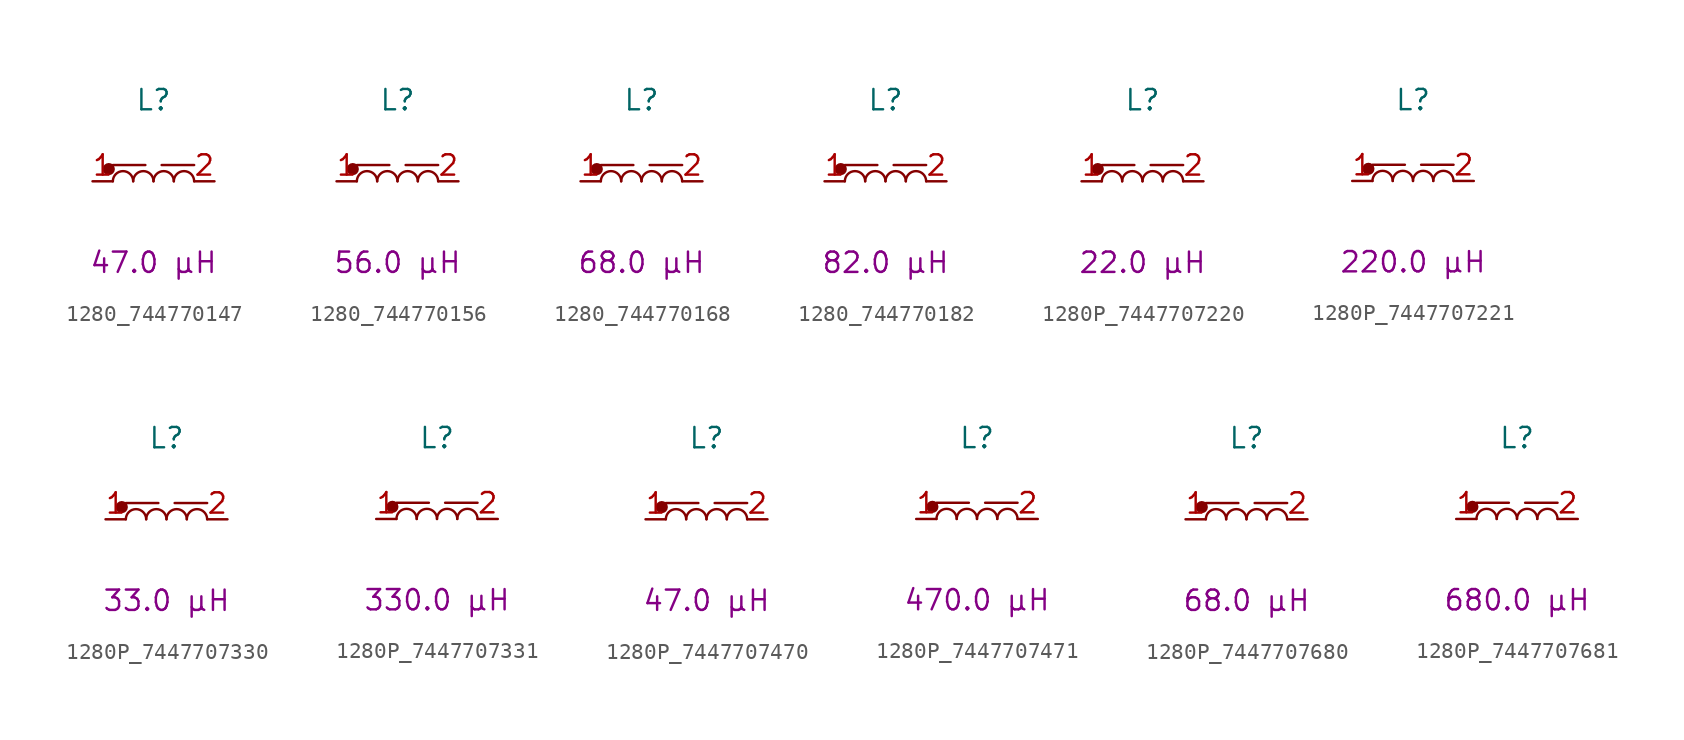
<source format=kicad_sym>
(kicad_symbol_lib
  (version 20220914)
  (generator kicad_symbol_editor)
  (symbol "1280_744770147"
    (pin_names hide)
    (property "Reference" "L"
      (at 0 5.08 0)
      (effects (font (size 1.27 1.27))))
    (property "Critical Parameter" "47.0 µH"
      (at 0 -5.08 0)
      (effects (font (size 1.27 1.27))))
    (symbol "1280_744770147_0_1"
      (arc (start -1.27 0) (mid -1.905 0.6323) (end -2.54 0) (stroke (width 0) (type default)) (fill (type none)))
      (arc (start 0 0) (mid -0.635 0.6323) (end -1.27 0) (stroke (width 0) (type default)) (fill (type none)))
      (polyline (pts (xy -2.54 1.016) (xy -0.508 1.016)) (stroke (width 0) (type default)) (fill (type none)))
      (arc (start 1.27 0) (mid 0.635 0.6323) (end 0 0) (stroke (width 0) (type default)) (fill (type none)))
      (arc (start 2.54 0) (mid 1.905 0.6323) (end 1.27 0) (stroke (width 0) (type default)) (fill (type none))))
    (symbol "1280_744770147_1_1"
      (circle (center -2.794 0.762) (radius 0.0001) (stroke (width 0.381) (type default)) (fill (type none)))
      (polyline (pts (xy 2.54 1.016) (xy 0.508 1.016)) (stroke (width 0) (type default)) (fill (type none)))
      (pin passive line (at -3.81 0 0) (length 1.27) (name "1" (effects (font (size 1.27 1.27)))) (number "1" (effects (font (size 1.27 1.27)))))
      (pin passive line (at 3.81 0 180) (length 1.27) (name "2" (effects (font (size 1.27 1.27)))) (number "2" (effects (font (size 1.27 1.27)))))))
  (symbol "1280_744770156"
    (pin_names hide)
    (property "Reference" "L"
      (at 0 5.08 0)
      (effects (font (size 1.27 1.27))))
    (property "Critical Parameter" "56.0 µH"
      (at 0 -5.08 0)
      (effects (font (size 1.27 1.27))))
    (symbol "1280_744770156_0_1"
      (arc (start -1.27 0) (mid -1.905 0.6323) (end -2.54 0) (stroke (width 0) (type default)) (fill (type none)))
      (arc (start 0 0) (mid -0.635 0.6323) (end -1.27 0) (stroke (width 0) (type default)) (fill (type none)))
      (polyline (pts (xy -2.54 1.016) (xy -0.508 1.016)) (stroke (width 0) (type default)) (fill (type none)))
      (arc (start 1.27 0) (mid 0.635 0.6323) (end 0 0) (stroke (width 0) (type default)) (fill (type none)))
      (arc (start 2.54 0) (mid 1.905 0.6323) (end 1.27 0) (stroke (width 0) (type default)) (fill (type none))))
    (symbol "1280_744770156_1_1"
      (circle (center -2.794 0.762) (radius 0.0001) (stroke (width 0.381) (type default)) (fill (type none)))
      (polyline (pts (xy 2.54 1.016) (xy 0.508 1.016)) (stroke (width 0) (type default)) (fill (type none)))
      (pin passive line (at -3.81 0 0) (length 1.27) (name "1" (effects (font (size 1.27 1.27)))) (number "1" (effects (font (size 1.27 1.27)))))
      (pin passive line (at 3.81 0 180) (length 1.27) (name "2" (effects (font (size 1.27 1.27)))) (number "2" (effects (font (size 1.27 1.27)))))))
  (symbol "1280_744770168"
    (pin_names hide)
    (property "Reference" "L"
      (at 0 5.08 0)
      (effects (font (size 1.27 1.27))))
    (property "Critical Parameter" "68.0 µH"
      (at 0 -5.08 0)
      (effects (font (size 1.27 1.27))))
    (symbol "1280_744770168_0_1"
      (arc (start -1.27 0) (mid -1.905 0.6323) (end -2.54 0) (stroke (width 0) (type default)) (fill (type none)))
      (arc (start 0 0) (mid -0.635 0.6323) (end -1.27 0) (stroke (width 0) (type default)) (fill (type none)))
      (polyline (pts (xy -2.54 1.016) (xy -0.508 1.016)) (stroke (width 0) (type default)) (fill (type none)))
      (arc (start 1.27 0) (mid 0.635 0.6323) (end 0 0) (stroke (width 0) (type default)) (fill (type none)))
      (arc (start 2.54 0) (mid 1.905 0.6323) (end 1.27 0) (stroke (width 0) (type default)) (fill (type none))))
    (symbol "1280_744770168_1_1"
      (circle (center -2.794 0.762) (radius 0.0001) (stroke (width 0.381) (type default)) (fill (type none)))
      (polyline (pts (xy 2.54 1.016) (xy 0.508 1.016)) (stroke (width 0) (type default)) (fill (type none)))
      (pin passive line (at -3.81 0 0) (length 1.27) (name "1" (effects (font (size 1.27 1.27)))) (number "1" (effects (font (size 1.27 1.27)))))
      (pin passive line (at 3.81 0 180) (length 1.27) (name "2" (effects (font (size 1.27 1.27)))) (number "2" (effects (font (size 1.27 1.27)))))))
  (symbol "1280_744770182"
    (pin_names hide)
    (property "Reference" "L"
      (at 0 5.08 0)
      (effects (font (size 1.27 1.27))))
    (property "Critical Parameter" "82.0 µH"
      (at 0 -5.08 0)
      (effects (font (size 1.27 1.27))))
    (symbol "1280_744770182_0_1"
      (arc (start -1.27 0) (mid -1.905 0.6323) (end -2.54 0) (stroke (width 0) (type default)) (fill (type none)))
      (arc (start 0 0) (mid -0.635 0.6323) (end -1.27 0) (stroke (width 0) (type default)) (fill (type none)))
      (polyline (pts (xy -2.54 1.016) (xy -0.508 1.016)) (stroke (width 0) (type default)) (fill (type none)))
      (arc (start 1.27 0) (mid 0.635 0.6323) (end 0 0) (stroke (width 0) (type default)) (fill (type none)))
      (arc (start 2.54 0) (mid 1.905 0.6323) (end 1.27 0) (stroke (width 0) (type default)) (fill (type none))))
    (symbol "1280_744770182_1_1"
      (circle (center -2.794 0.762) (radius 0.0001) (stroke (width 0.381) (type default)) (fill (type none)))
      (polyline (pts (xy 2.54 1.016) (xy 0.508 1.016)) (stroke (width 0) (type default)) (fill (type none)))
      (pin passive line (at -3.81 0 0) (length 1.27) (name "1" (effects (font (size 1.27 1.27)))) (number "1" (effects (font (size 1.27 1.27)))))
      (pin passive line (at 3.81 0 180) (length 1.27) (name "2" (effects (font (size 1.27 1.27)))) (number "2" (effects (font (size 1.27 1.27)))))))
  (symbol "1280P_7447707220"
    (pin_names hide)
    (property "Reference" "L"
      (at 0 5.08 0)
      (effects (font (size 1.27 1.27))))
    (property "Critical Parameter" "22.0 µH"
      (at 0 -5.08 0)
      (effects (font (size 1.27 1.27))))
    (symbol "1280P_7447707220_0_1"
      (arc (start -1.27 0) (mid -1.905 0.6323) (end -2.54 0) (stroke (width 0) (type default)) (fill (type none)))
      (arc (start 0 0) (mid -0.635 0.6323) (end -1.27 0) (stroke (width 0) (type default)) (fill (type none)))
      (polyline (pts (xy -2.54 1.016) (xy -0.508 1.016)) (stroke (width 0) (type default)) (fill (type none)))
      (arc (start 1.27 0) (mid 0.635 0.6323) (end 0 0) (stroke (width 0) (type default)) (fill (type none)))
      (arc (start 2.54 0) (mid 1.905 0.6323) (end 1.27 0) (stroke (width 0) (type default)) (fill (type none))))
    (symbol "1280P_7447707220_1_1"
      (circle (center -2.794 0.762) (radius 0.0001) (stroke (width 0.381) (type default)) (fill (type none)))
      (polyline (pts (xy 2.54 1.016) (xy 0.508 1.016)) (stroke (width 0) (type default)) (fill (type none)))
      (pin passive line (at -3.81 0 0) (length 1.27) (name "1" (effects (font (size 1.27 1.27)))) (number "1" (effects (font (size 1.27 1.27)))))
      (pin passive line (at 3.81 0 180) (length 1.27) (name "2" (effects (font (size 1.27 1.27)))) (number "2" (effects (font (size 1.27 1.27)))))))
  (symbol "1280P_7447707221"
    (pin_names hide)
    (property "Reference" "L"
      (at 0 5.08 0)
      (effects (font (size 1.27 1.27))))
    (property "Critical Parameter" "220.0 µH"
      (at 0 -5.08 0)
      (effects (font (size 1.27 1.27))))
    (symbol "1280P_7447707221_0_1"
      (arc (start -1.27 0) (mid -1.905 0.6323) (end -2.54 0) (stroke (width 0) (type default)) (fill (type none)))
      (arc (start 0 0) (mid -0.635 0.6323) (end -1.27 0) (stroke (width 0) (type default)) (fill (type none)))
      (polyline (pts (xy -2.54 1.016) (xy -0.508 1.016)) (stroke (width 0) (type default)) (fill (type none)))
      (arc (start 1.27 0) (mid 0.635 0.6323) (end 0 0) (stroke (width 0) (type default)) (fill (type none)))
      (arc (start 2.54 0) (mid 1.905 0.6323) (end 1.27 0) (stroke (width 0) (type default)) (fill (type none))))
    (symbol "1280P_7447707221_1_1"
      (circle (center -2.794 0.762) (radius 0.0001) (stroke (width 0.381) (type default)) (fill (type none)))
      (polyline (pts (xy 2.54 1.016) (xy 0.508 1.016)) (stroke (width 0) (type default)) (fill (type none)))
      (pin passive line (at -3.81 0 0) (length 1.27) (name "1" (effects (font (size 1.27 1.27)))) (number "1" (effects (font (size 1.27 1.27)))))
      (pin passive line (at 3.81 0 180) (length 1.27) (name "2" (effects (font (size 1.27 1.27)))) (number "2" (effects (font (size 1.27 1.27)))))))
  (symbol "1280P_7447707330"
    (pin_names hide)
    (property "Reference" "L"
      (at 0 5.08 0)
      (effects (font (size 1.27 1.27))))
    (property "Critical Parameter" "33.0 µH"
      (at 0 -5.08 0)
      (effects (font (size 1.27 1.27))))
    (symbol "1280P_7447707330_0_1"
      (arc (start -1.27 0) (mid -1.905 0.6323) (end -2.54 0) (stroke (width 0) (type default)) (fill (type none)))
      (arc (start 0 0) (mid -0.635 0.6323) (end -1.27 0) (stroke (width 0) (type default)) (fill (type none)))
      (polyline (pts (xy -2.54 1.016) (xy -0.508 1.016)) (stroke (width 0) (type default)) (fill (type none)))
      (arc (start 1.27 0) (mid 0.635 0.6323) (end 0 0) (stroke (width 0) (type default)) (fill (type none)))
      (arc (start 2.54 0) (mid 1.905 0.6323) (end 1.27 0) (stroke (width 0) (type default)) (fill (type none))))
    (symbol "1280P_7447707330_1_1"
      (circle (center -2.794 0.762) (radius 0.0001) (stroke (width 0.381) (type default)) (fill (type none)))
      (polyline (pts (xy 2.54 1.016) (xy 0.508 1.016)) (stroke (width 0) (type default)) (fill (type none)))
      (pin passive line (at -3.81 0 0) (length 1.27) (name "1" (effects (font (size 1.27 1.27)))) (number "1" (effects (font (size 1.27 1.27)))))
      (pin passive line (at 3.81 0 180) (length 1.27) (name "2" (effects (font (size 1.27 1.27)))) (number "2" (effects (font (size 1.27 1.27)))))))
  (symbol "1280P_7447707331"
    (pin_names hide)
    (property "Reference" "L"
      (at 0 5.08 0)
      (effects (font (size 1.27 1.27))))
    (property "Critical Parameter" "330.0 µH"
      (at 0 -5.08 0)
      (effects (font (size 1.27 1.27))))
    (symbol "1280P_7447707331_0_1"
      (arc (start -1.27 0) (mid -1.905 0.6323) (end -2.54 0) (stroke (width 0) (type default)) (fill (type none)))
      (arc (start 0 0) (mid -0.635 0.6323) (end -1.27 0) (stroke (width 0) (type default)) (fill (type none)))
      (polyline (pts (xy -2.54 1.016) (xy -0.508 1.016)) (stroke (width 0) (type default)) (fill (type none)))
      (arc (start 1.27 0) (mid 0.635 0.6323) (end 0 0) (stroke (width 0) (type default)) (fill (type none)))
      (arc (start 2.54 0) (mid 1.905 0.6323) (end 1.27 0) (stroke (width 0) (type default)) (fill (type none))))
    (symbol "1280P_7447707331_1_1"
      (circle (center -2.794 0.762) (radius 0.0001) (stroke (width 0.381) (type default)) (fill (type none)))
      (polyline (pts (xy 2.54 1.016) (xy 0.508 1.016)) (stroke (width 0) (type default)) (fill (type none)))
      (pin passive line (at -3.81 0 0) (length 1.27) (name "1" (effects (font (size 1.27 1.27)))) (number "1" (effects (font (size 1.27 1.27)))))
      (pin passive line (at 3.81 0 180) (length 1.27) (name "2" (effects (font (size 1.27 1.27)))) (number "2" (effects (font (size 1.27 1.27)))))))
  (symbol "1280P_7447707470"
    (pin_names hide)
    (property "Reference" "L"
      (at 0 5.08 0)
      (effects (font (size 1.27 1.27))))
    (property "Critical Parameter" "47.0 µH"
      (at 0 -5.08 0)
      (effects (font (size 1.27 1.27))))
    (symbol "1280P_7447707470_0_1"
      (arc (start -1.27 0) (mid -1.905 0.6323) (end -2.54 0) (stroke (width 0) (type default)) (fill (type none)))
      (arc (start 0 0) (mid -0.635 0.6323) (end -1.27 0) (stroke (width 0) (type default)) (fill (type none)))
      (polyline (pts (xy -2.54 1.016) (xy -0.508 1.016)) (stroke (width 0) (type default)) (fill (type none)))
      (arc (start 1.27 0) (mid 0.635 0.6323) (end 0 0) (stroke (width 0) (type default)) (fill (type none)))
      (arc (start 2.54 0) (mid 1.905 0.6323) (end 1.27 0) (stroke (width 0) (type default)) (fill (type none))))
    (symbol "1280P_7447707470_1_1"
      (circle (center -2.794 0.762) (radius 0.0001) (stroke (width 0.381) (type default)) (fill (type none)))
      (polyline (pts (xy 2.54 1.016) (xy 0.508 1.016)) (stroke (width 0) (type default)) (fill (type none)))
      (pin passive line (at -3.81 0 0) (length 1.27) (name "1" (effects (font (size 1.27 1.27)))) (number "1" (effects (font (size 1.27 1.27)))))
      (pin passive line (at 3.81 0 180) (length 1.27) (name "2" (effects (font (size 1.27 1.27)))) (number "2" (effects (font (size 1.27 1.27)))))))
  (symbol "1280P_7447707471"
    (pin_names hide)
    (property "Reference" "L"
      (at 0 5.08 0)
      (effects (font (size 1.27 1.27))))
    (property "Critical Parameter" "470.0 µH"
      (at 0 -5.08 0)
      (effects (font (size 1.27 1.27))))
    (symbol "1280P_7447707471_0_1"
      (arc (start -1.27 0) (mid -1.905 0.6323) (end -2.54 0) (stroke (width 0) (type default)) (fill (type none)))
      (arc (start 0 0) (mid -0.635 0.6323) (end -1.27 0) (stroke (width 0) (type default)) (fill (type none)))
      (polyline (pts (xy -2.54 1.016) (xy -0.508 1.016)) (stroke (width 0) (type default)) (fill (type none)))
      (arc (start 1.27 0) (mid 0.635 0.6323) (end 0 0) (stroke (width 0) (type default)) (fill (type none)))
      (arc (start 2.54 0) (mid 1.905 0.6323) (end 1.27 0) (stroke (width 0) (type default)) (fill (type none))))
    (symbol "1280P_7447707471_1_1"
      (circle (center -2.794 0.762) (radius 0.0001) (stroke (width 0.381) (type default)) (fill (type none)))
      (polyline (pts (xy 2.54 1.016) (xy 0.508 1.016)) (stroke (width 0) (type default)) (fill (type none)))
      (pin passive line (at -3.81 0 0) (length 1.27) (name "1" (effects (font (size 1.27 1.27)))) (number "1" (effects (font (size 1.27 1.27)))))
      (pin passive line (at 3.81 0 180) (length 1.27) (name "2" (effects (font (size 1.27 1.27)))) (number "2" (effects (font (size 1.27 1.27)))))))
  (symbol "1280P_7447707680"
    (pin_names hide)
    (property "Reference" "L"
      (at 0 5.08 0)
      (effects (font (size 1.27 1.27))))
    (property "Critical Parameter" "68.0 µH"
      (at 0 -5.08 0)
      (effects (font (size 1.27 1.27))))
    (symbol "1280P_7447707680_0_1"
      (arc (start -1.27 0) (mid -1.905 0.6323) (end -2.54 0) (stroke (width 0) (type default)) (fill (type none)))
      (arc (start 0 0) (mid -0.635 0.6323) (end -1.27 0) (stroke (width 0) (type default)) (fill (type none)))
      (polyline (pts (xy -2.54 1.016) (xy -0.508 1.016)) (stroke (width 0) (type default)) (fill (type none)))
      (arc (start 1.27 0) (mid 0.635 0.6323) (end 0 0) (stroke (width 0) (type default)) (fill (type none)))
      (arc (start 2.54 0) (mid 1.905 0.6323) (end 1.27 0) (stroke (width 0) (type default)) (fill (type none))))
    (symbol "1280P_7447707680_1_1"
      (circle (center -2.794 0.762) (radius 0.0001) (stroke (width 0.381) (type default)) (fill (type none)))
      (polyline (pts (xy 2.54 1.016) (xy 0.508 1.016)) (stroke (width 0) (type default)) (fill (type none)))
      (pin passive line (at -3.81 0 0) (length 1.27) (name "1" (effects (font (size 1.27 1.27)))) (number "1" (effects (font (size 1.27 1.27)))))
      (pin passive line (at 3.81 0 180) (length 1.27) (name "2" (effects (font (size 1.27 1.27)))) (number "2" (effects (font (size 1.27 1.27)))))))
  (symbol "1280P_7447707681"
    (pin_names hide)
    (property "Reference" "L"
      (at 0 5.08 0)
      (effects (font (size 1.27 1.27))))
    (property "Critical Parameter" "680.0 µH"
      (at 0 -5.08 0)
      (effects (font (size 1.27 1.27))))
    (symbol "1280P_7447707681_0_1"
      (arc (start -1.27 0) (mid -1.905 0.6323) (end -2.54 0) (stroke (width 0) (type default)) (fill (type none)))
      (arc (start 0 0) (mid -0.635 0.6323) (end -1.27 0) (stroke (width 0) (type default)) (fill (type none)))
      (polyline (pts (xy -2.54 1.016) (xy -0.508 1.016)) (stroke (width 0) (type default)) (fill (type none)))
      (arc (start 1.27 0) (mid 0.635 0.6323) (end 0 0) (stroke (width 0) (type default)) (fill (type none)))
      (arc (start 2.54 0) (mid 1.905 0.6323) (end 1.27 0) (stroke (width 0) (type default)) (fill (type none))))
    (symbol "1280P_7447707681_1_1"
      (circle (center -2.794 0.762) (radius 0.0001) (stroke (width 0.381) (type default)) (fill (type none)))
      (polyline (pts (xy 2.54 1.016) (xy 0.508 1.016)) (stroke (width 0) (type default)) (fill (type none)))
      (pin passive line (at -3.81 0 0) (length 1.27) (name "1" (effects (font (size 1.27 1.27)))) (number "1" (effects (font (size 1.27 1.27)))))
      (pin passive line (at 3.81 0 180) (length 1.27) (name "2" (effects (font (size 1.27 1.27)))) (number "2" (effects (font (size 1.27 1.27))))))))
</source>
